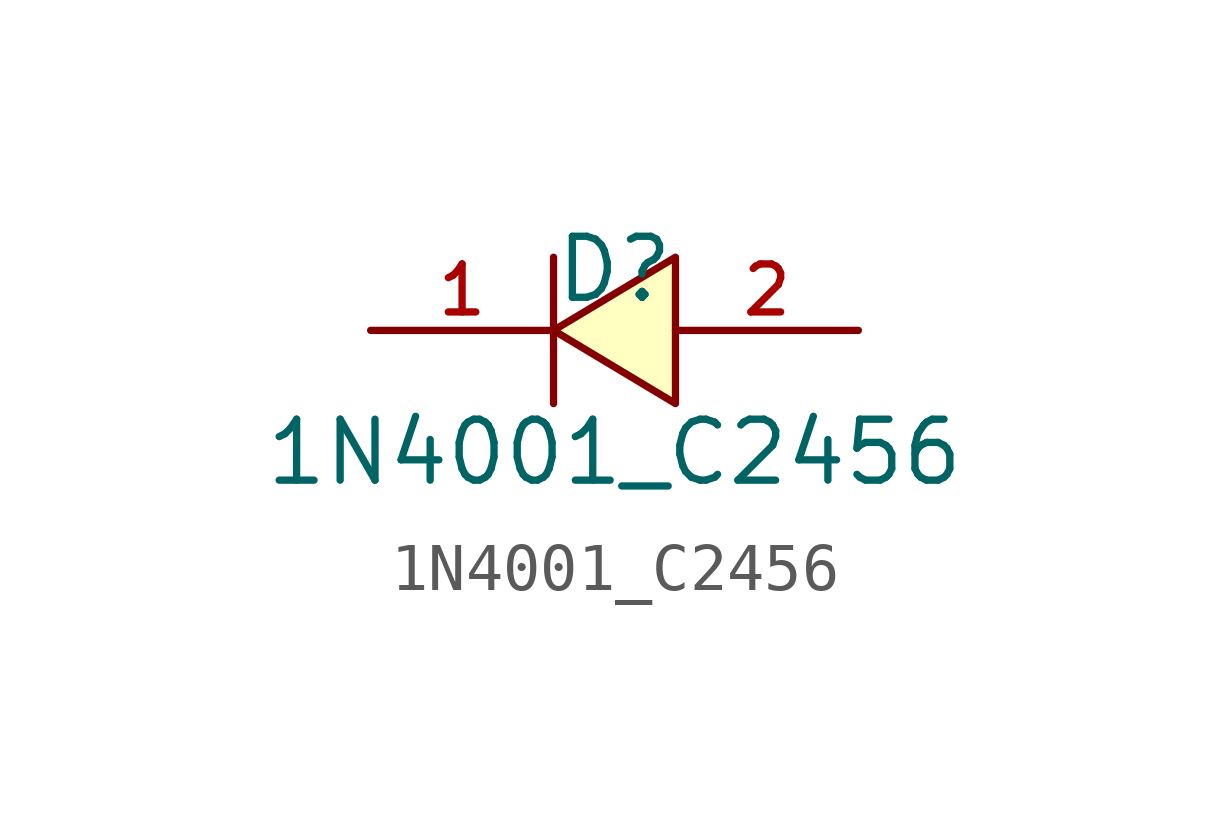
<source format=kicad_sym>
(kicad_symbol_lib
  (version 20210201)
  (generator TousstNicolas/JLC2KiCad_lib)
  (symbol "1N4001_C2456"
    (pin_names hide)
    (property "Reference" "D"
      (at 0 1.27 0)
      (effects (font (size 1.27 1.27))))
    (property "Value" "1N4001_C2456"
      (at 0 -2.54 0)
      (effects (font (size 1.27 1.27))))
    (symbol "1N4001_C2456_0_1"
      (polyline (pts (xy -1.27 -1.524) (xy -1.27 1.524)) (stroke (width 0) (type default) (color 0 0 0 0)) (fill (type none)))
      (pin unspecified line (at 5.08 -0.0 180) (length 3.81) (name "A" (effects (font (size 1 1)))) (number "2" (effects (font (size 1 1)))))
      (pin unspecified line (at -5.08 -0.0 0) (length 3.81) (name "C" (effects (font (size 1 1)))) (number "1" (effects (font (size 1 1)))))
      (polyline (pts (xy 1.27 1.524) (xy -1.27 -0.0) (xy 1.27 -1.524) (xy 1.27 1.524)) (stroke (width 0) (type default) (color 0 0 0 0)) (fill (type background))))))
</source>
